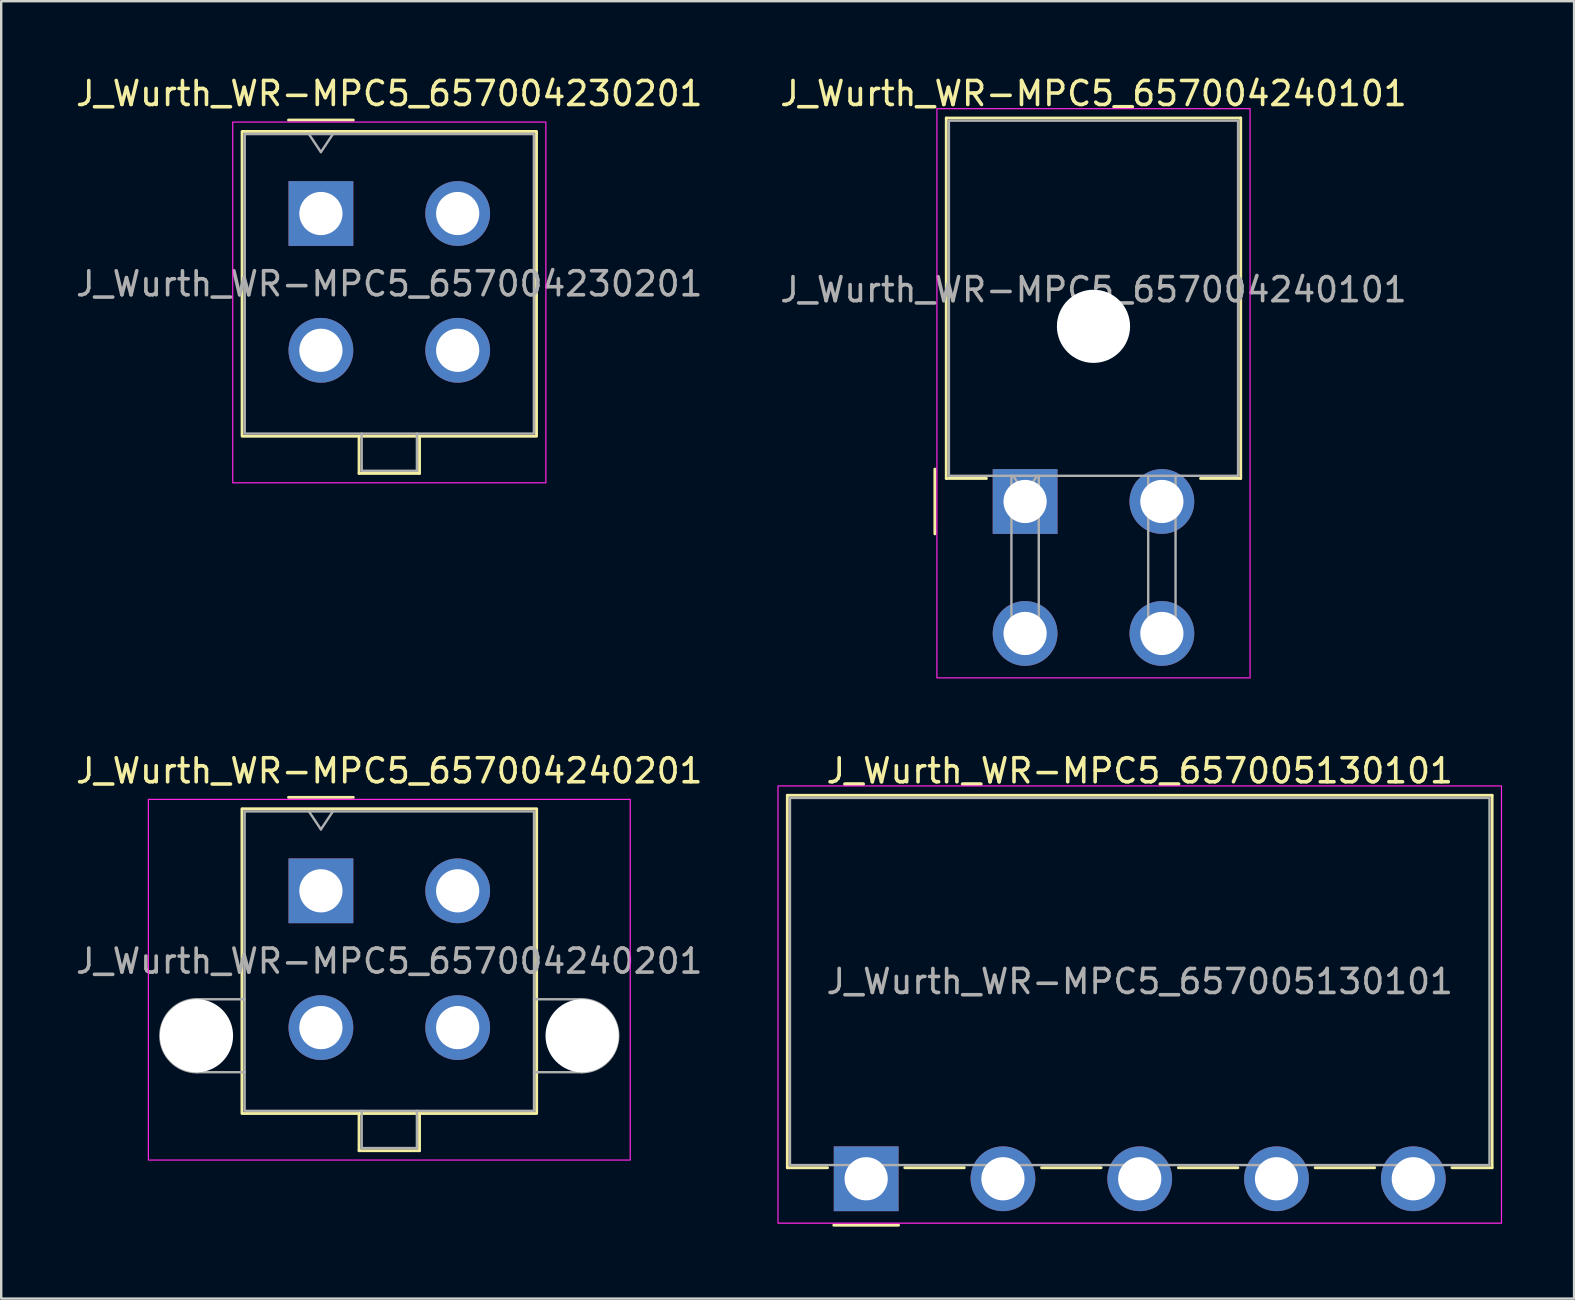
<source format=kicad_pcb>
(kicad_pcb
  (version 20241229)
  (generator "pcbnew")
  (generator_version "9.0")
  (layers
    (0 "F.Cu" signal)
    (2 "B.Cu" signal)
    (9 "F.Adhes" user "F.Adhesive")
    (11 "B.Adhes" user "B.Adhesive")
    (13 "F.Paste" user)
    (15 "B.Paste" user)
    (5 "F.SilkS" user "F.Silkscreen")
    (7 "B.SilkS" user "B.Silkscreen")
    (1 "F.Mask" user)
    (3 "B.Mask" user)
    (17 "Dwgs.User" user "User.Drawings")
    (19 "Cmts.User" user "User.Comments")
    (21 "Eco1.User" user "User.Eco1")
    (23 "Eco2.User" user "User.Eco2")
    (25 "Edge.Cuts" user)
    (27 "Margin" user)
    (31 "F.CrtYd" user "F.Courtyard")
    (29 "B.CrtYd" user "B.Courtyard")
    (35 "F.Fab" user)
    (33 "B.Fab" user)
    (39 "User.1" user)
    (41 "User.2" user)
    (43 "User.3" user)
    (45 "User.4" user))
  (footprint "J_Wurth_WR-MPC5_657004230201"
    (layer "F.Cu")
    (at 10.323 5.848)
    (property "Reference" "J_Wurth_WR-MPC5_657004230201" (at 2.85 -5 0) (unlocked yes) (layer "F.SilkS") (effects (font (size 1 1) (thickness 0.15))))
    (attr through_hole)
    (fp_line (start -1.35 -3.895) (end 1.35 -3.895) (stroke (width 0.12) (type solid)) (layer "F.SilkS"))
    (fp_line (start 1.59 9.28) (end 1.59 10.83) (stroke (width 0.12) (type solid)) (layer "F.SilkS"))
    (fp_line (start 1.59 10.83) (end 4.11 10.83) (stroke (width 0.12) (type solid)) (layer "F.SilkS"))
    (fp_line (start 4.11 9.28) (end 4.11 10.83) (stroke (width 0.12) (type solid)) (layer "F.SilkS"))
    (fp_rect (start -3.285 -3.42) (end 8.985 9.28) (stroke (width 0.12) (type solid)) (fill no) (layer "F.SilkS"))
    (fp_rect (start -3.675 -3.81) (end 9.375 11.22) (stroke (width 0.05) (type solid)) (fill no) (layer "F.CrtYd"))
    (fp_line (start 0 -2.56) (end -0.5 -3.31) (stroke (width 0.1) (type solid)) (layer "F.Fab"))
    (fp_line (start 0 -2.56) (end 0.5 -3.31) (stroke (width 0.1) (type solid)) (layer "F.Fab"))
    (fp_line (start 1.7 10.72) (end 1.7 9.17) (stroke (width 0.1) (type solid)) (layer "F.Fab"))
    (fp_line (start 4 9.17) (end 4 10.72) (stroke (width 0.1) (type solid)) (layer "F.Fab"))
    (fp_line (start 4 10.72) (end 1.7 10.72) (stroke (width 0.1) (type solid)) (layer "F.Fab"))
    (fp_rect (start -3.175 -3.31) (end 8.875 9.17) (stroke (width 0.1) (type solid)) (fill no) (layer "F.Fab"))
    (fp_text user "${REFERENCE}" (at 2.85 2.93 0) (unlocked yes) (layer "F.Fab") (effects (font (size 1 1) (thickness 0.15))))
    (pad "1" thru_hole rect (at 0 0 180) (size 2.7 2.7) (drill 1.8) (layers "*.Cu" "*.Mask"))
    (pad "2" thru_hole oval (at 5.7 0 180) (size 2.7 2.7) (drill 1.8) (layers "*.Cu" "*.Mask"))
    (pad "3" thru_hole circle (at 0 5.7 180) (size 2.7 2.7) (drill 1.8) (layers "*.Cu" "*.Mask"))
    (pad "4" thru_hole circle (at 5.7 5.7 180) (size 2.7 2.7) (drill 1.8) (layers "*.Cu" "*.Mask")))
  (footprint "J_Wurth_WR-MPC5_657004240101"
    (layer "F.Cu")
    (at 39.668 17.848)
    (property "Reference" "J_Wurth_WR-MPC5_657004240101" (at 2.85 -17 0) (unlocked yes) (layer "F.SilkS") (effects (font (size 1 1) (thickness 0.15))))
    (attr through_hole)
    (fp_line (start -3.76 -1.35) (end -3.76 1.35) (stroke (width 0.12) (type solid)) (layer "F.SilkS"))
    (fp_line (start -3.285 -15.98) (end -3.285 -0.96) (stroke (width 0.12) (type solid)) (layer "F.SilkS"))
    (fp_line (start -3.285 -15.98) (end 8.985 -15.98) (stroke (width 0.12) (type solid)) (layer "F.SilkS"))
    (fp_line (start -1.61 -0.96) (end -3.285 -0.96) (stroke (width 0.12) (type solid)) (layer "F.SilkS"))
    (fp_line (start 8.985 -15.98) (end 8.985 -0.96) (stroke (width 0.12) (type solid)) (layer "F.SilkS"))
    (fp_line (start 8.985 -0.96) (end 7.31 -0.96) (stroke (width 0.12) (type solid)) (layer "F.SilkS"))
    (fp_rect (start -3.675 -16.37) (end 9.375 7.35) (stroke (width 0.05) (type solid)) (fill no) (layer "F.CrtYd"))
    (fp_line (start -0.57 0.57) (end -0.57 -1.07) (stroke (width 0.1) (type solid)) (layer "F.Fab"))
    (fp_line (start -0.57 0.57) (end 0.57 0.57) (stroke (width 0.1) (type solid)) (layer "F.Fab"))
    (fp_line (start -0.57 6.07) (end -0.57 0.57) (stroke (width 0.1) (type solid)) (layer "F.Fab"))
    (fp_line (start 0 -0.32) (end -0.5 -1.07) (stroke (width 0.1) (type solid)) (layer "F.Fab"))
    (fp_line (start 0 -0.32) (end 0.5 -1.07) (stroke (width 0.1) (type solid)) (layer "F.Fab"))
    (fp_line (start 0.57 0.57) (end 0.57 -1.07) (stroke (width 0.1) (type solid)) (layer "F.Fab"))
    (fp_line (start 0.57 6.07) (end -0.57 6.07) (stroke (width 0.1) (type solid)) (layer "F.Fab"))
    (fp_line (start 0.57 6.07) (end 0.57 0.57) (stroke (width 0.1) (type solid)) (layer "F.Fab"))
    (fp_line (start 5.13 0.57) (end 5.13 -1.07) (stroke (width 0.1) (type solid)) (layer "F.Fab"))
    (fp_line (start 5.13 0.57) (end 6.27 0.57) (stroke (width 0.1) (type solid)) (layer "F.Fab"))
    (fp_line (start 5.13 6.07) (end 5.13 0.57) (stroke (width 0.1) (type solid)) (layer "F.Fab"))
    (fp_line (start 6.27 0.57) (end 6.27 -1.07) (stroke (width 0.1) (type solid)) (layer "F.Fab"))
    (fp_line (start 6.27 6.07) (end 5.13 6.07) (stroke (width 0.1) (type solid)) (layer "F.Fab"))
    (fp_line (start 6.27 6.07) (end 6.27 0.57) (stroke (width 0.1) (type solid)) (layer "F.Fab"))
    (fp_rect (start -3.175 -15.87) (end 8.875 -1.07) (stroke (width 0.1) (type solid)) (fill no) (layer "F.Fab"))
    (fp_text user "${REFERENCE}" (at 2.85 -8.825 0) (unlocked yes) (layer "F.Fab") (effects (font (size 1 1) (thickness 0.15))))
    (pad "" np_thru_hole circle (at 2.85 -7.3 180) (size 3.05 3.05) (drill 3.05) (layers "*.Cu" "*.Mask"))
    (pad "1" thru_hole rect (at 0 0 180) (size 2.7 2.7) (drill 1.8) (layers "*.Cu" "*.Mask"))
    (pad "2" thru_hole circle (at 5.7 0 180) (size 2.7 2.7) (drill 1.8) (layers "*.Cu" "*.Mask"))
    (pad "3" thru_hole circle (at 0 5.5 180) (size 2.7 2.7) (drill 1.8) (layers "*.Cu" "*.Mask"))
    (pad "4" thru_hole circle (at 5.7 5.5 180) (size 2.7 2.7) (drill 1.8) (layers "*.Cu" "*.Mask")))
  (footprint "J_Wurth_WR-MPC5_657005130101"
    (layer "F.Cu")
    (at 33.045 46.072)
    (property "Reference" "J_Wurth_WR-MPC5_657005130101" (at 11.4 -17 0) (unlocked yes) (layer "F.SilkS") (effects (font (size 1 1) (thickness 0.15))))
    (attr through_hole)
    (fp_line (start -3.285 -15.98) (end -3.285 -0.46) (stroke (width 0.12) (type solid)) (layer "F.SilkS"))
    (fp_line (start -3.285 -15.98) (end 26.085 -15.98) (stroke (width 0.12) (type solid)) (layer "F.SilkS"))
    (fp_line (start -1.61 -0.46) (end -3.285 -0.46) (stroke (width 0.12) (type solid)) (layer "F.SilkS"))
    (fp_line (start 1.35 1.935) (end -1.35 1.935) (stroke (width 0.12) (type solid)) (layer "F.SilkS"))
    (fp_line (start 4.09 -0.46) (end 1.61 -0.46) (stroke (width 0.12) (type solid)) (layer "F.SilkS"))
    (fp_line (start 9.79 -0.46) (end 7.31 -0.46) (stroke (width 0.12) (type solid)) (layer "F.SilkS"))
    (fp_line (start 15.49 -0.46) (end 13.01 -0.46) (stroke (width 0.12) (type solid)) (layer "F.SilkS"))
    (fp_line (start 21.19 -0.46) (end 18.71 -0.46) (stroke (width 0.12) (type solid)) (layer "F.SilkS"))
    (fp_line (start 24.41 -0.46) (end 26.085 -0.46) (stroke (width 0.12) (type solid)) (layer "F.SilkS"))
    (fp_line (start 26.085 -15.98) (end 26.085 -0.46) (stroke (width 0.12) (type solid)) (layer "F.SilkS"))
    (fp_rect (start -3.675 -16.37) (end 26.475 1.85) (stroke (width 0.05) (type solid)) (fill no) (layer "F.CrtYd"))
    (fp_line (start 0 0.18) (end -0.5 -0.57) (stroke (width 0.1) (type solid)) (layer "F.Fab"))
    (fp_line (start 0 0.18) (end 0.5 -0.57) (stroke (width 0.1) (type solid)) (layer "F.Fab"))
    (fp_rect (start -3.175 -15.87) (end 25.975 -0.57) (stroke (width 0.1) (type solid)) (fill no) (layer "F.Fab"))
    (fp_text user "${REFERENCE}" (at 11.4 -8.22 0) (unlocked yes) (layer "F.Fab") (effects (font (size 1 1) (thickness 0.15))))
    (pad "1" thru_hole rect (at 0 0 180) (size 2.7 2.7) (drill 1.8) (layers "*.Cu" "*.Mask"))
    (pad "2" thru_hole circle (at 5.7 0 180) (size 2.7 2.7) (drill 1.8) (layers "*.Cu" "*.Mask"))
    (pad "3" thru_hole circle (at 11.4 0 180) (size 2.7 2.7) (drill 1.8) (layers "*.Cu" "*.Mask"))
    (pad "4" thru_hole circle (at 17.1 0 180) (size 2.7 2.7) (drill 1.8) (layers "*.Cu" "*.Mask"))
    (pad "5" thru_hole circle (at 22.8 0 180) (size 2.7 2.7) (drill 1.8) (layers "*.Cu" "*.Mask")))
  (footprint "J_Wurth_WR-MPC5_657004240201"
    (layer "F.Cu")
    (at 10.323 34.072)
    (property "Reference" "J_Wurth_WR-MPC5_657004240201" (at 2.85 -5 0) (unlocked yes) (layer "F.SilkS") (effects (font (size 1 1) (thickness 0.15))))
    (attr through_hole)
    (fp_line (start -1.35 -3.895) (end 1.35 -3.895) (stroke (width 0.12) (type solid)) (layer "F.SilkS"))
    (fp_line (start 1.59 9.28) (end 1.59 10.83) (stroke (width 0.12) (type solid)) (layer "F.SilkS"))
    (fp_line (start 4.11 9.28) (end 4.11 10.83) (stroke (width 0.12) (type solid)) (layer "F.SilkS"))
    (fp_line (start 4.11 10.83) (end 1.59 10.83) (stroke (width 0.12) (type solid)) (layer "F.SilkS"))
    (fp_rect (start -3.29 -3.42) (end 8.99 9.28) (stroke (width 0.12) (type solid)) (fill no) (layer "F.SilkS"))
    (fp_rect (start -7.19 -3.81) (end 12.89 11.22) (stroke (width 0.05) (type solid)) (fill no) (layer "F.CrtYd"))
    (fp_line (start -5.17 4.52) (end -3.18 4.52) (stroke (width 0.1) (type solid)) (layer "F.Fab"))
    (fp_line (start -5.17 7.56) (end -3.18 7.56) (stroke (width 0.1) (type solid)) (layer "F.Fab"))
    (fp_line (start 0 -2.56) (end -0.5 -3.31) (stroke (width 0.1) (type solid)) (layer "F.Fab"))
    (fp_line (start 0 -2.56) (end 0.5 -3.31) (stroke (width 0.1) (type solid)) (layer "F.Fab"))
    (fp_line (start 1.7 10.72) (end 1.7 9.17) (stroke (width 0.1) (type solid)) (layer "F.Fab"))
    (fp_line (start 4 9.17) (end 4 10.72) (stroke (width 0.1) (type solid)) (layer "F.Fab"))
    (fp_line (start 4 10.72) (end 1.7 10.72) (stroke (width 0.1) (type solid)) (layer "F.Fab"))
    (fp_line (start 10.87 4.52) (end 8.88 4.52) (stroke (width 0.1) (type solid)) (layer "F.Fab"))
    (fp_line (start 10.87 7.56) (end 8.88 7.56) (stroke (width 0.1) (type solid)) (layer "F.Fab"))
    (fp_rect (start -3.18 -3.31) (end 8.88 9.17) (stroke (width 0.1) (type solid)) (fill no) (layer "F.Fab"))
    (fp_arc (start -5.17 7.56) (mid -6.69 6.04) (end -5.17 4.52) (stroke (width 0.1) (type solid)) (layer "F.Fab"))
    (fp_arc (start 10.87 4.52) (mid 12.39 6.04) (end 10.87 7.56) (stroke (width 0.1) (type solid)) (layer "F.Fab"))
    (fp_text user "${REFERENCE}" (at 2.85 2.93 0) (unlocked yes) (layer "F.Fab") (effects (font (size 1 1) (thickness 0.15))))
    (pad "" np_thru_hole circle (at -5.185 6.04 180) (size 3.05 3.05) (drill 3.05) (layers "*.Cu" "*.Mask"))
    (pad "" np_thru_hole circle (at 10.885 6.04 180) (size 3.05 3.05) (drill 3.05) (layers "*.Cu" "*.Mask"))
    (pad "1" thru_hole rect (at 0 0 180) (size 2.7 2.7) (drill 1.8) (layers "*.Cu" "*.Mask"))
    (pad "2" thru_hole circle (at 5.7 0 180) (size 2.7 2.7) (drill 1.8) (layers "*.Cu" "*.Mask"))
    (pad "3" thru_hole circle (at 0 5.7 180) (size 2.7 2.7) (drill 1.8) (layers "*.Cu" "*.Mask"))
    (pad "4" thru_hole circle (at 5.7 5.7 180) (size 2.7 2.7) (drill 1.8) (layers "*.Cu" "*.Mask")))
  (gr_rect
    (start -3 -3)
    (end 62.545 51.066)
    (stroke (width 0.1) (type default))
    (fill no)
    (layer "Edge.Cuts")))
</source>
